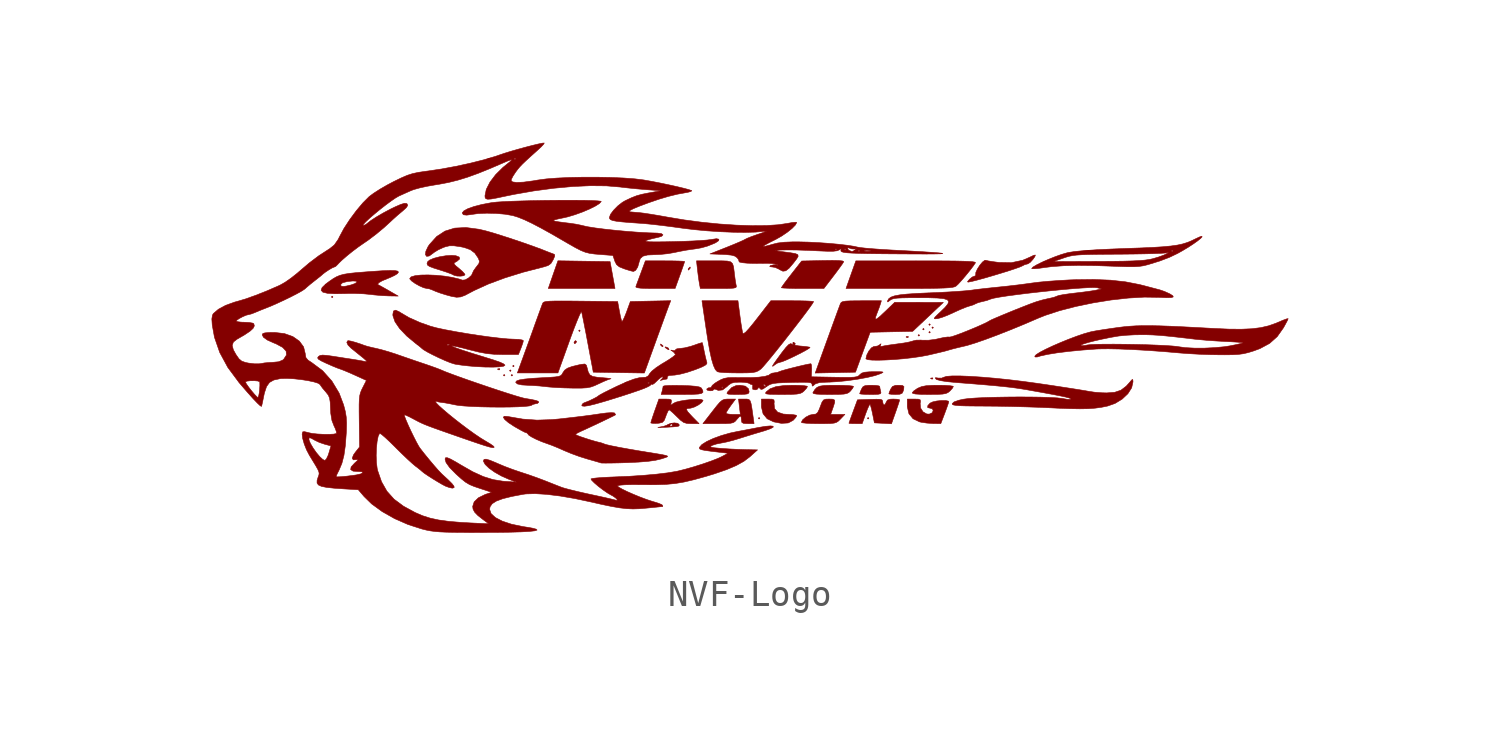
<source format=kicad_sym>
(kicad_symbol_lib
  (version 20231120)
  (generator "kicad_symbol_editor")
  (generator_version "8.0")
  (symbol "NVF-Logo"
    (pin_names
      (offset 1.016))
    (property "Reference" "#G"
      (at 0 28.695 0)
      (effects (font (size 1.27 1.27)) (hide yes)))
    (symbol "NVF-Logo_0_0"
      (polyline (pts (xy -16.014 5.895) (xy -16.044 5.925) (xy -16.073 5.895) (xy -16.044 5.866) (xy -16.014 5.895)) (stroke (width 0.01) (type default)) (fill (type outline)))
      (polyline (pts (xy -9.444 2.904) (xy -9.474 2.933) (xy -9.503 2.904) (xy -9.474 2.874) (xy -9.444 2.904)) (stroke (width 0.01) (type default)) (fill (type outline)))
      (polyline (pts (xy -9.21 3.08) (xy -9.239 3.109) (xy -9.268 3.08) (xy -9.239 3.05) (xy -9.21 3.08)) (stroke (width 0.01) (type default)) (fill (type outline)))
      (polyline (pts (xy -9.151 2.904) (xy -9.18 2.933) (xy -9.21 2.904) (xy -9.18 2.874) (xy -9.151 2.904)) (stroke (width 0.01) (type default)) (fill (type outline)))
      (polyline (pts (xy -9.092 3.256) (xy -9.122 3.285) (xy -9.151 3.256) (xy -9.122 3.226) (xy -9.092 3.256)) (stroke (width 0.01) (type default)) (fill (type outline)))
      (polyline (pts (xy -6.57 4.605) (xy -6.599 4.634) (xy -6.629 4.605) (xy -6.599 4.575) (xy -6.57 4.605)) (stroke (width 0.01) (type default)) (fill (type outline)))
      (polyline (pts (xy 0.293 1.261) (xy 0.264 1.29) (xy 0.235 1.261) (xy 0.264 1.232) (xy 0.293 1.261)) (stroke (width 0.01) (type default)) (fill (type outline)))
      (polyline (pts (xy 4.458 1.261) (xy 4.429 1.29) (xy 4.4 1.261) (xy 4.429 1.232) (xy 4.458 1.261)) (stroke (width 0.01) (type default)) (fill (type outline)))
      (polyline (pts (xy 6.394 4.429) (xy 6.365 4.458) (xy 6.335 4.429) (xy 6.365 4.399) (xy 6.394 4.429)) (stroke (width 0.01) (type default)) (fill (type outline)))
      (polyline (pts (xy 6.57 4.663) (xy 6.541 4.693) (xy 6.511 4.663) (xy 6.541 4.634) (xy 6.57 4.663)) (stroke (width 0.01) (type default)) (fill (type outline)))
      (polyline (pts (xy 6.805 4.546) (xy 6.775 4.575) (xy 6.746 4.546) (xy 6.775 4.517) (xy 6.805 4.546)) (stroke (width 0.01) (type default)) (fill (type outline)))
      (polyline (pts (xy 6.805 4.84) (xy 6.775 4.869) (xy 6.746 4.84) (xy 6.775 4.81) (xy 6.805 4.84)) (stroke (width 0.01) (type default)) (fill (type outline)))
      (polyline (pts (xy 6.922 4.722) (xy 6.893 4.752) (xy 6.863 4.722) (xy 6.893 4.693) (xy 6.922 4.722)) (stroke (width 0.01) (type default)) (fill (type outline)))
      (polyline (pts (xy -9.648 3.113) (xy -9.64 3.148) (xy -9.648 3.155) (xy -9.718 3.148) (xy -9.727 3.131) (xy -9.679 3.109) (xy -9.648 3.113)) (stroke (width 0.01) (type default)) (fill (type outline)))
      (polyline (pts (xy 5.956 4.345) (xy 5.964 4.38) (xy 5.955 4.387) (xy 5.886 4.38) (xy 5.877 4.362) (xy 5.925 4.341) (xy 5.956 4.345)) (stroke (width 0.01) (type default)) (fill (type outline)))
      (polyline (pts (xy 6.894 2.761) (xy 6.902 2.796) (xy 6.894 2.803) (xy 6.824 2.796) (xy 6.815 2.779) (xy 6.863 2.757) (xy 6.894 2.761)) (stroke (width 0.01) (type default)) (fill (type outline)))
      (polyline (pts (xy -3.402 4.015) (xy -3.408 4.028) (xy -3.47 4.082) (xy -3.503 4.097) (xy -3.496 4.057) (xy -3.488 4.045) (xy -3.43 3.991) (xy -3.402 4.015)) (stroke (width 0.01) (type default)) (fill (type outline)))
      (polyline (pts (xy -3.197 3.93) (xy -3.209 3.946) (xy -3.303 3.988) (xy -3.33 3.977) (xy -3.285 3.93) (xy -3.232 3.897) (xy -3.176 3.877) (xy -3.197 3.93)) (stroke (width 0.01) (type default)) (fill (type outline)))
      (polyline (pts (xy -6.769 4.109) (xy -6.717 4.165) (xy -6.707 4.188) (xy -6.742 4.224) (xy -6.76 4.221) (xy -6.805 4.165) (xy -6.804 4.152) (xy -6.779 4.106) (xy -6.769 4.109)) (stroke (width 0.01) (type default)) (fill (type outline)))
      (polyline (pts (xy -5.334 6.731) (xy -5.428 7.245) (xy -6.425 7.26) (xy -7.42 7.276) (xy -7.605 6.747) (xy -7.789 6.218) (xy -6.515 6.218) (xy -5.24 6.218) (xy -5.334 6.731)) (stroke (width 0.01) (type default)) (fill (type outline)))
      (polyline (pts (xy -2.431 6.925) (xy -2.376 6.981) (xy -2.365 7.001) (xy -2.369 7.039) (xy -2.379 7.037) (xy -2.434 6.981) (xy -2.445 6.96) (xy -2.441 6.922) (xy -2.431 6.925)) (stroke (width 0.01) (type default)) (fill (type outline)))
      (polyline (pts (xy 1.623 4.049) (xy 1.643 4.106) (xy 1.64 4.122) (xy 1.58 4.165) (xy 1.559 4.16) (xy 1.554 4.106) (xy 1.567 4.089) (xy 1.617 4.048) (xy 1.623 4.049)) (stroke (width 0.01) (type default)) (fill (type outline)))
      (polyline (pts (xy 5.641 2.179) (xy 5.729 2.218) (xy 5.77 2.302) (xy 5.788 2.372) (xy 5.796 2.475) (xy 5.735 2.515) (xy 5.582 2.522) (xy 5.472 2.517) (xy 5.359 2.475) (xy 5.289 2.373) (xy 5.242 2.264) (xy 5.221 2.197) (xy 5.231 2.189) (xy 5.323 2.176) (xy 5.478 2.17) (xy 5.641 2.179)) (stroke (width 0.01) (type default)) (fill (type outline)))
      (polyline (pts (xy -0.524 2.171) (xy -0.311 2.175) (xy -0.188 2.19) (xy -0.131 2.222) (xy -0.117 2.276) (xy -0.142 2.387) (xy -0.259 2.488) (xy -0.47 2.522) (xy -0.612 2.51) (xy -0.78 2.436) (xy -0.934 2.273) (xy -0.953 2.246) (xy -0.963 2.205) (xy -0.915 2.182) (xy -0.788 2.172) (xy -0.564 2.17) (xy -0.524 2.171)) (stroke (width 0.01) (type default)) (fill (type outline)))
      (polyline (pts (xy 4.64 2.171) (xy 4.808 2.176) (xy 4.893 2.195) (xy 4.918 2.234) (xy 4.906 2.302) (xy 4.884 2.392) (xy 4.87 2.478) (xy 4.844 2.496) (xy 4.73 2.515) (xy 4.556 2.522) (xy 4.453 2.521) (xy 4.309 2.506) (xy 4.228 2.461) (xy 4.174 2.373) (xy 4.128 2.264) (xy 4.106 2.197) (xy 4.107 2.196) (xy 4.171 2.183) (xy 4.319 2.174) (xy 4.524 2.17) (xy 4.64 2.171)) (stroke (width 0.01) (type default)) (fill (type outline)))
      (polyline (pts (xy -2.577 2.171) (xy -2.268 2.174) (xy -2.058 2.186) (xy -1.934 2.211) (xy -1.881 2.252) (xy -1.886 2.316) (xy -1.934 2.405) (xy -1.949 2.423) (xy -2.022 2.458) (xy -2.159 2.483) (xy -2.378 2.501) (xy -2.696 2.513) (xy -2.705 2.513) (xy -2.977 2.516) (xy -3.198 2.512) (xy -3.348 2.501) (xy -3.403 2.483) (xy -3.411 2.426) (xy -3.439 2.302) (xy -3.475 2.17) (xy -2.676 2.17) (xy -2.577 2.171)) (stroke (width 0.01) (type default)) (fill (type outline)))
      (polyline (pts (xy -2.763 6.72) (xy -2.722 6.832) (xy -2.65 7.037) (xy -2.6 7.184) (xy -2.581 7.248) (xy -2.582 7.249) (xy -2.653 7.259) (xy -2.816 7.267) (xy -3.049 7.272) (xy -3.33 7.274) (xy -4.08 7.274) (xy -4.248 6.819) (xy -4.271 6.756) (xy -4.35 6.543) (xy -4.411 6.378) (xy -4.443 6.291) (xy -4.441 6.271) (xy -4.386 6.246) (xy -4.254 6.229) (xy -4.032 6.221) (xy -3.707 6.218) (xy -2.944 6.218) (xy -2.763 6.72)) (stroke (width 0.01) (type default)) (fill (type outline)))
      (polyline (pts (xy 3.105 6.696) (xy 3.213 6.839) (xy 3.352 7.027) (xy 3.452 7.168) (xy 3.496 7.239) (xy 3.497 7.244) (xy 3.45 7.27) (xy 3.307 7.285) (xy 3.061 7.29) (xy 2.706 7.285) (xy 1.89 7.268) (xy 1.502 6.773) (xy 1.375 6.609) (xy 1.24 6.431) (xy 1.149 6.303) (xy 1.115 6.248) (xy 1.121 6.244) (xy 1.209 6.234) (xy 1.387 6.226) (xy 1.633 6.22) (xy 1.927 6.218) (xy 2.739 6.218) (xy 3.105 6.696)) (stroke (width 0.01) (type default)) (fill (type outline)))
      (polyline (pts (xy -1.133 6.218) (xy -0.883 6.221) (xy -0.724 6.23) (xy -0.637 6.248) (xy -0.605 6.277) (xy -0.608 6.321) (xy -0.621 6.383) (xy -0.648 6.546) (xy -0.675 6.746) (xy -0.688 6.863) (xy -0.712 7.048) (xy -0.75 7.167) (xy -0.822 7.235) (xy -0.948 7.266) (xy -1.15 7.274) (xy -1.449 7.274) (xy -2.127 7.274) (xy -2.086 6.907) (xy -2.065 6.735) (xy -2.036 6.525) (xy -2.012 6.379) (xy -1.98 6.218) (xy -1.279 6.218) (xy -1.133 6.218)) (stroke (width 0.01) (type default)) (fill (type outline)))
      (polyline (pts (xy 1.259 2.171) (xy 1.526 2.174) (xy 1.706 2.185) (xy 1.826 2.207) (xy 1.908 2.243) (xy 1.976 2.298) (xy 1.979 2.301) (xy 2.073 2.404) (xy 2.112 2.474) (xy 2.092 2.487) (xy 1.981 2.505) (xy 1.792 2.518) (xy 1.553 2.522) (xy 1.212 2.511) (xy 0.905 2.468) (xy 0.684 2.388) (xy 0.535 2.268) (xy 0.519 2.245) (xy 0.511 2.211) (xy 0.554 2.189) (xy 0.663 2.177) (xy 0.855 2.172) (xy 1.148 2.17) (xy 1.259 2.171)) (stroke (width 0.01) (type default)) (fill (type outline)))
      (polyline (pts (xy 1.378 1.082) (xy 1.565 1.183) (xy 1.569 1.187) (xy 1.662 1.289) (xy 1.701 1.359) (xy 1.672 1.379) (xy 1.555 1.4) (xy 1.379 1.408) (xy 1.186 1.422) (xy 0.971 1.496) (xy 0.853 1.63) (xy 0.835 1.824) (xy 0.843 1.886) (xy 0.832 1.961) (xy 0.763 1.99) (xy 0.606 1.994) (xy 0.352 1.994) (xy 0.352 1.734) (xy 0.353 1.693) (xy 0.416 1.433) (xy 0.573 1.241) (xy 0.821 1.123) (xy 1.117 1.066) (xy 1.378 1.082)) (stroke (width 0.01) (type default)) (fill (type outline)))
      (polyline (pts (xy 3.063 2.171) (xy 3.325 2.174) (xy 3.501 2.184) (xy 3.615 2.206) (xy 3.691 2.243) (xy 3.752 2.299) (xy 3.835 2.402) (xy 3.872 2.475) (xy 3.826 2.492) (xy 3.684 2.508) (xy 3.47 2.518) (xy 3.206 2.522) (xy 2.978 2.521) (xy 2.741 2.512) (xy 2.581 2.487) (xy 2.474 2.439) (xy 2.396 2.361) (xy 2.323 2.244) (xy 2.318 2.229) (xy 2.352 2.201) (xy 2.46 2.183) (xy 2.657 2.173) (xy 2.957 2.17) (xy 3.063 2.171)) (stroke (width 0.01) (type default)) (fill (type outline)))
      (polyline (pts (xy 6.808 2.171) (xy 7.084 2.173) (xy 7.271 2.184) (xy 7.394 2.205) (xy 7.479 2.242) (xy 7.549 2.298) (xy 7.552 2.301) (xy 7.646 2.404) (xy 7.685 2.474) (xy 7.662 2.487) (xy 7.547 2.505) (xy 7.355 2.518) (xy 7.112 2.522) (xy 6.881 2.519) (xy 6.643 2.503) (xy 6.472 2.47) (xy 6.338 2.414) (xy 6.303 2.395) (xy 6.176 2.308) (xy 6.114 2.239) (xy 6.135 2.209) (xy 6.24 2.187) (xy 6.443 2.174) (xy 6.752 2.17) (xy 6.808 2.171)) (stroke (width 0.01) (type default)) (fill (type outline)))
      (polyline (pts (xy 0.86 3.3) (xy 0.958 3.366) (xy 1.071 3.402) (xy 1.139 3.42) (xy 1.283 3.477) (xy 1.472 3.563) (xy 1.682 3.664) (xy 1.885 3.767) (xy 2.058 3.861) (xy 2.175 3.933) (xy 2.21 3.969) (xy 2.18 3.98) (xy 2.058 3.999) (xy 1.882 4.016) (xy 1.773 4.027) (xy 1.604 4.059) (xy 1.504 4.099) (xy 1.469 4.112) (xy 1.397 4.077) (xy 1.289 3.966) (xy 1.133 3.768) (xy 1.091 3.71) (xy 0.953 3.522) (xy 0.846 3.371) (xy 0.79 3.285) (xy 0.781 3.268) (xy 0.784 3.242) (xy 0.86 3.3)) (stroke (width 0.01) (type default)) (fill (type outline)))
      (polyline (pts (xy -3.344 0.915) (xy -3.255 0.919) (xy -3.021 0.932) (xy -2.878 0.945) (xy -2.807 0.962) (xy -2.786 0.989) (xy -2.795 1.029) (xy -2.853 1.07) (xy -2.98 1.084) (xy -3.126 1.062) (xy -3.242 1.009) (xy -3.258 0.998) (xy -3.26 0.997) (xy -3.138 0.997) (xy -3.126 1.015) (xy -3.076 1.056) (xy -3.07 1.054) (xy -3.05 0.997) (xy -3.053 0.981) (xy -3.112 0.939) (xy -3.134 0.943) (xy -3.138 0.997) (xy -3.26 0.997) (xy -3.381 0.953) (xy -3.55 0.921) (xy -3.584 0.917) (xy -3.602 0.909) (xy -3.518 0.909) (xy -3.344 0.915)) (stroke (width 0.01) (type default)) (fill (type outline)))
      (polyline (pts (xy 5.832 6.218) (xy 6.35 6.219) (xy 6.768 6.222) (xy 7.095 6.228) (xy 7.343 6.236) (xy 7.525 6.247) (xy 7.651 6.262) (xy 7.733 6.282) (xy 7.783 6.306) (xy 7.864 6.38) (xy 7.997 6.525) (xy 8.153 6.707) (xy 8.31 6.9) (xy 8.443 7.074) (xy 8.529 7.201) (xy 8.53 7.207) (xy 8.503 7.225) (xy 8.42 7.24) (xy 8.273 7.252) (xy 8.053 7.26) (xy 7.751 7.267) (xy 7.358 7.271) (xy 6.866 7.273) (xy 6.266 7.274) (xy 3.96 7.273) (xy 3.772 6.746) (xy 3.585 6.218) (xy 5.622 6.218) (xy 5.832 6.218)) (stroke (width 0.01) (type default)) (fill (type outline)))
      (polyline (pts (xy -11.019 6.706) (xy -10.97 6.743) (xy -10.985 6.776) (xy -11.07 6.87) (xy -11.204 6.987) (xy -11.32 7.083) (xy -11.387 7.154) (xy -11.38 7.198) (xy -11.311 7.239) (xy -11.275 7.259) (xy -11.176 7.345) (xy -11.191 7.419) (xy -11.319 7.47) (xy -11.48 7.483) (xy -11.704 7.468) (xy -11.941 7.429) (xy -12.158 7.372) (xy -12.323 7.304) (xy -12.403 7.233) (xy -12.42 7.169) (xy -12.402 7.112) (xy -12.326 7.06) (xy -12.173 7.001) (xy -11.926 6.923) (xy -11.865 6.904) (xy -11.653 6.834) (xy -11.492 6.774) (xy -11.412 6.735) (xy -11.388 6.721) (xy -11.276 6.694) (xy -11.137 6.689) (xy -11.019 6.706)) (stroke (width 0.01) (type default)) (fill (type outline)))
      (polyline (pts (xy 2.778 1.056) (xy 2.99 1.061) (xy 3.131 1.076) (xy 3.224 1.106) (xy 3.297 1.156) (xy 3.373 1.232) (xy 3.542 1.408) (xy 3.269 1.408) (xy 2.997 1.408) (xy 3.082 1.65) (xy 3.1 1.7) (xy 3.151 1.867) (xy 3.148 1.955) (xy 3.08 1.989) (xy 2.936 1.994) (xy 2.813 1.99) (xy 2.725 1.959) (xy 2.665 1.872) (xy 2.599 1.701) (xy 2.562 1.602) (xy 2.499 1.476) (xy 2.428 1.42) (xy 2.322 1.408) (xy 2.197 1.381) (xy 2.047 1.303) (xy 1.927 1.201) (xy 1.877 1.104) (xy 1.923 1.087) (xy 2.064 1.071) (xy 2.277 1.06) (xy 2.541 1.056) (xy 2.778 1.056)) (stroke (width 0.01) (type default)) (fill (type outline)))
      (polyline (pts (xy 3.176 3.005) (xy 3.946 3.021) (xy 4.226 3.784) (xy 4.506 4.546) (xy 5.318 4.564) (xy 6.13 4.581) (xy 6.717 5.133) (xy 7.303 5.685) (xy 6.374 5.688) (xy 5.445 5.69) (xy 5.069 5.329) (xy 5.053 5.314) (xy 4.867 5.141) (xy 4.754 5.054) (xy 4.706 5.049) (xy 4.715 5.128) (xy 4.774 5.287) (xy 4.777 5.295) (xy 4.845 5.47) (xy 4.895 5.617) (xy 4.935 5.749) (xy 4.175 5.749) (xy 4.031 5.748) (xy 3.759 5.745) (xy 3.576 5.736) (xy 3.464 5.718) (xy 3.403 5.689) (xy 3.374 5.646) (xy 3.366 5.626) (xy 3.315 5.49) (xy 3.23 5.26) (xy 3.116 4.947) (xy 2.977 4.564) (xy 2.817 4.122) (xy 2.641 3.635) (xy 2.407 2.988) (xy 3.176 3.005)) (stroke (width 0.01) (type default)) (fill (type outline)))
      (polyline (pts (xy 7.357 1.453) (xy 7.364 1.473) (xy 7.437 1.671) (xy 7.489 1.821) (xy 7.509 1.893) (xy 7.487 1.918) (xy 7.383 1.939) (xy 7.224 1.938) (xy 7.048 1.92) (xy 6.893 1.885) (xy 6.795 1.839) (xy 6.707 1.74) (xy 6.705 1.667) (xy 6.809 1.643) (xy 6.888 1.618) (xy 6.914 1.547) (xy 6.87 1.467) (xy 6.764 1.419) (xy 6.667 1.425) (xy 6.524 1.508) (xy 6.431 1.653) (xy 6.416 1.825) (xy 6.428 1.896) (xy 6.419 1.964) (xy 6.348 1.99) (xy 6.187 1.994) (xy 5.925 1.994) (xy 5.925 1.734) (xy 5.926 1.693) (xy 5.988 1.433) (xy 6.146 1.241) (xy 6.394 1.123) (xy 6.464 1.107) (xy 6.678 1.076) (xy 6.902 1.061) (xy 7.205 1.056) (xy 7.357 1.453)) (stroke (width 0.01) (type default)) (fill (type outline)))
      (polyline (pts (xy 8.361 6.482) (xy 8.4 6.49) (xy 8.613 6.544) (xy 8.882 6.618) (xy 9.182 6.705) (xy 9.489 6.797) (xy 9.779 6.887) (xy 10.028 6.969) (xy 10.212 7.034) (xy 10.307 7.075) (xy 10.409 7.127) (xy 10.517 7.157) (xy 10.529 7.158) (xy 10.621 7.217) (xy 10.726 7.333) (xy 10.797 7.435) (xy 10.818 7.496) (xy 10.755 7.486) (xy 10.6 7.411) (xy 10.333 7.296) (xy 9.899 7.204) (xy 9.423 7.213) (xy 9.414 7.214) (xy 9.195 7.243) (xy 9.016 7.272) (xy 8.916 7.296) (xy 8.886 7.294) (xy 8.797 7.228) (xy 8.695 7.105) (xy 8.602 6.96) (xy 8.542 6.828) (xy 8.538 6.741) (xy 8.544 6.716) (xy 8.489 6.687) (xy 8.405 6.656) (xy 8.296 6.566) (xy 8.296 6.564) (xy 8.226 6.481) (xy 8.243 6.46) (xy 8.361 6.482)) (stroke (width 0.01) (type default)) (fill (type outline)))
      (polyline (pts (xy 5.476 1.488) (xy 5.495 1.541) (xy 5.564 1.742) (xy 5.613 1.892) (xy 5.631 1.96) (xy 5.625 1.968) (xy 5.54 1.987) (xy 5.391 1.994) (xy 5.274 1.989) (xy 5.167 1.956) (xy 5.12 1.877) (xy 5.12 1.873) (xy 5.067 1.775) (xy 5.012 1.777) (xy 4.986 1.879) (xy 4.983 1.92) (xy 4.957 1.963) (xy 4.885 1.984) (xy 4.741 1.988) (xy 4.504 1.982) (xy 4.022 1.965) (xy 3.859 1.525) (xy 3.837 1.465) (xy 3.765 1.269) (xy 3.715 1.128) (xy 3.696 1.071) (xy 3.706 1.067) (xy 3.795 1.059) (xy 3.949 1.056) (xy 4.202 1.056) (xy 4.337 1.44) (xy 4.343 1.455) (xy 4.413 1.637) (xy 4.47 1.758) (xy 4.503 1.794) (xy 4.522 1.747) (xy 4.559 1.611) (xy 4.6 1.425) (xy 4.668 1.085) (xy 4.994 1.068) (xy 5.321 1.05) (xy 5.476 1.488)) (stroke (width 0.01) (type default)) (fill (type outline)))
      (polyline (pts (xy -0.998 1.058) (xy -0.832 1.069) (xy -0.726 1.093) (xy -0.657 1.135) (xy -0.597 1.202) (xy -0.593 1.208) (xy -0.503 1.308) (xy -0.446 1.349) (xy -0.423 1.313) (xy -0.411 1.202) (xy -0.41 1.183) (xy -0.393 1.099) (xy -0.323 1.063) (xy -0.169 1.056) (xy 0.072 1.056) (xy 0.033 1.335) (xy 0.029 1.363) (xy -0.01 1.638) (xy -0.042 1.819) (xy -0.077 1.926) (xy -0.124 1.977) (xy -0.194 1.993) (xy -0.297 1.994) (xy -0.522 1.994) (xy -0.488 1.701) (xy -0.453 1.408) (xy -0.725 1.408) (xy -0.811 1.41) (xy -0.945 1.427) (xy -0.997 1.455) (xy -0.985 1.49) (xy -0.919 1.6) (xy -0.816 1.748) (xy -0.635 1.994) (xy -0.895 1.994) (xy -0.948 1.994) (xy -1.054 1.985) (xy -1.142 1.95) (xy -1.234 1.874) (xy -1.351 1.738) (xy -1.518 1.525) (xy -1.882 1.056) (xy -1.297 1.056) (xy -1.253 1.056) (xy -0.998 1.058)) (stroke (width 0.01) (type default)) (fill (type outline)))
      (polyline (pts (xy -6.501 2.413) (xy -6.313 2.425) (xy -6.165 2.454) (xy -6.024 2.504) (xy -5.857 2.581) (xy -5.664 2.67) (xy -5.498 2.738) (xy -5.401 2.768) (xy -5.393 2.769) (xy -5.426 2.78) (xy -5.549 2.795) (xy -5.743 2.812) (xy -5.91 2.826) (xy -6.091 2.858) (xy -6.199 2.918) (xy -6.261 3.022) (xy -6.305 3.189) (xy -6.334 3.288) (xy -6.395 3.334) (xy -6.526 3.32) (xy -6.619 3.301) (xy -6.88 3.238) (xy -7.053 3.175) (xy -7.162 3.1) (xy -7.228 3.005) (xy -7.23 3.001) (xy -7.266 2.936) (xy -7.312 2.89) (xy -7.392 2.86) (xy -7.525 2.84) (xy -7.733 2.824) (xy -8.037 2.808) (xy -8.387 2.787) (xy -8.685 2.759) (xy -8.886 2.727) (xy -8.998 2.687) (xy -9.034 2.639) (xy -9.034 2.635) (xy -8.973 2.573) (xy -8.801 2.534) (xy -8.516 2.517) (xy -8.405 2.513) (xy -8.121 2.494) (xy -7.861 2.466) (xy -7.738 2.453) (xy -7.486 2.435) (xy -7.185 2.421) (xy -6.879 2.413) (xy -6.761 2.412) (xy -6.501 2.413)) (stroke (width 0.01) (type default)) (fill (type outline)))
      (polyline (pts (xy -0.384 2.993) (xy -0.138 2.997) (xy 0.031 3.009) (xy 0.148 3.034) (xy 0.239 3.076) (xy 0.329 3.139) (xy 0.341 3.15) (xy 0.429 3.244) (xy 0.57 3.409) (xy 0.752 3.629) (xy 0.964 3.892) (xy 1.194 4.181) (xy 1.43 4.482) (xy 1.662 4.781) (xy 1.878 5.062) (xy 2.066 5.311) (xy 2.214 5.513) (xy 2.311 5.654) (xy 2.346 5.718) (xy 2.34 5.721) (xy 2.25 5.732) (xy 2.071 5.741) (xy 1.824 5.747) (xy 1.529 5.749) (xy 0.712 5.749) (xy 0.195 5.081) (xy 0.06 4.909) (xy -0.12 4.689) (xy -0.246 4.553) (xy -0.323 4.496) (xy -0.358 4.509) (xy -0.37 4.552) (xy -0.398 4.703) (xy -0.433 4.921) (xy -0.468 5.177) (xy -0.543 5.749) (xy -1.23 5.749) (xy -1.918 5.749) (xy -1.755 4.643) (xy -1.701 4.29) (xy -1.625 3.855) (xy -1.553 3.522) (xy -1.481 3.281) (xy -1.409 3.123) (xy -1.332 3.039) (xy -1.253 3.022) (xy -1.081 3.007) (xy -0.842 2.997) (xy -0.563 2.993) (xy -0.384 2.993)) (stroke (width 0.01) (type default)) (fill (type outline)))
      (polyline (pts (xy -2.276 1.307) (xy -2.328 1.362) (xy -2.46 1.507) (xy -2.51 1.592) (xy -2.486 1.632) (xy -2.39 1.643) (xy -2.347 1.647) (xy -2.201 1.693) (xy -2.048 1.773) (xy -1.926 1.864) (xy -1.877 1.942) (xy -1.88 1.951) (xy -1.954 1.979) (xy -2.107 1.987) (xy -2.309 1.977) (xy -2.531 1.954) (xy -2.742 1.919) (xy -2.913 1.876) (xy -3.015 1.827) (xy -3.077 1.777) (xy -3.111 1.772) (xy -3.094 1.863) (xy -3.087 1.893) (xy -3.091 1.961) (xy -3.157 1.989) (xy -3.312 1.994) (xy -3.563 1.994) (xy -3.717 1.56) (xy -3.735 1.51) (xy -3.804 1.308) (xy -3.853 1.157) (xy -3.872 1.087) (xy -3.864 1.078) (xy -3.777 1.064) (xy -3.627 1.067) (xy -3.552 1.074) (xy -3.43 1.103) (xy -3.36 1.179) (xy -3.299 1.335) (xy -3.274 1.407) (xy -3.217 1.534) (xy -3.175 1.584) (xy -3.125 1.553) (xy -3.015 1.457) (xy -2.874 1.32) (xy -2.736 1.186) (xy -2.616 1.1) (xy -2.493 1.063) (xy -2.322 1.056) (xy -2.029 1.056) (xy -2.276 1.307)) (stroke (width 0.01) (type default)) (fill (type outline)))
      (polyline (pts (xy -13.873 6.131) (xy -13.874 6.131) (xy -14.059 6.237) (xy -14.206 6.319) (xy -14.284 6.359) (xy -14.305 6.378) (xy -14.268 6.435) (xy -14.13 6.514) (xy -13.902 6.608) (xy -13.824 6.639) (xy -13.659 6.717) (xy -13.555 6.782) (xy -13.551 6.786) (xy -13.511 6.843) (xy -13.54 6.881) (xy -13.647 6.902) (xy -13.841 6.906) (xy -14.132 6.895) (xy -14.53 6.869) (xy -14.766 6.851) (xy -15.12 6.823) (xy -15.388 6.795) (xy -15.591 6.762) (xy -15.748 6.72) (xy -15.879 6.665) (xy -16.006 6.592) (xy -16.147 6.495) (xy -16.292 6.387) (xy -16.321 6.358) (xy -15.721 6.358) (xy -15.72 6.369) (xy -15.648 6.437) (xy -15.461 6.484) (xy -15.256 6.505) (xy -15.13 6.498) (xy -15.095 6.466) (xy -15.164 6.412) (xy -15.176 6.406) (xy -15.322 6.354) (xy -15.501 6.311) (xy -15.603 6.296) (xy -15.696 6.304) (xy -15.721 6.358) (xy -16.321 6.358) (xy -16.43 6.252) (xy -16.466 6.149) (xy -16.399 6.077) (xy -16.225 6.034) (xy -15.941 6.017) (xy -15.545 6.024) (xy -15.458 6.027) (xy -15.149 6.027) (xy -14.846 6.015) (xy -14.606 5.993) (xy -14.432 5.972) (xy -14.136 5.946) (xy -13.873 5.934) (xy -13.521 5.928) (xy -13.873 6.131)) (stroke (width 0.01) (type default)) (fill (type outline)))
      (polyline (pts (xy -4.06 3.152) (xy -4.055 3.166) (xy -3.963 3.421) (xy -3.853 3.727) (xy -3.731 4.063) (xy -3.606 4.409) (xy -3.483 4.745) (xy -3.372 5.051) (xy -3.278 5.308) (xy -3.21 5.493) (xy -3.174 5.589) (xy -3.111 5.752) (xy -3.882 5.736) (xy -4.654 5.719) (xy -4.799 5.322) (xy -4.809 5.294) (xy -4.883 5.112) (xy -4.942 4.991) (xy -4.975 4.956) (xy -4.998 5.014) (xy -5.034 5.158) (xy -5.072 5.353) (xy -5.139 5.719) (xy -6.552 5.735) (xy -6.921 5.739) (xy -7.281 5.741) (xy -7.549 5.739) (xy -7.739 5.733) (xy -7.866 5.722) (xy -7.943 5.704) (xy -7.985 5.68) (xy -8.006 5.647) (xy -8.007 5.643) (xy -8.045 5.543) (xy -8.112 5.359) (xy -8.2 5.116) (xy -8.3 4.84) (xy -8.39 4.587) (xy -8.523 4.22) (xy -8.653 3.862) (xy -8.761 3.564) (xy -8.97 2.992) (xy -8.195 2.992) (xy -7.42 2.993) (xy -6.984 4.206) (xy -6.922 4.377) (xy -6.8 4.703) (xy -6.692 4.977) (xy -6.606 5.183) (xy -6.546 5.307) (xy -6.519 5.334) (xy -6.518 5.332) (xy -6.497 5.244) (xy -6.459 5.06) (xy -6.408 4.801) (xy -6.346 4.487) (xy -6.28 4.136) (xy -6.07 3.021) (xy -5.094 3.005) (xy -4.119 2.989) (xy -4.06 3.152)) (stroke (width 0.01) (type default)) (fill (type outline)))
      (polyline (pts (xy -9.655 3.224) (xy -9.5 3.248) (xy -9.444 3.284) (xy -9.447 3.296) (xy -9.502 3.342) (xy -9.634 3.402) (xy -9.855 3.48) (xy -10.178 3.581) (xy -10.236 3.599) (xy -10.683 3.737) (xy -11.035 3.85) (xy -11.288 3.938) (xy -11.438 3.997) (xy -11.479 4.027) (xy -11.418 4.024) (xy -11.267 3.994) (xy -11.048 3.942) (xy -10.786 3.874) (xy -10.439 3.788) (xy -10.138 3.732) (xy -9.85 3.704) (xy -9.524 3.696) (xy -8.929 3.696) (xy -8.835 3.931) (xy -8.812 3.991) (xy -8.761 4.138) (xy -8.74 4.225) (xy -8.787 4.252) (xy -8.921 4.274) (xy -9.112 4.282) (xy -9.334 4.292) (xy -9.658 4.323) (xy -10.048 4.37) (xy -10.476 4.43) (xy -10.916 4.498) (xy -11.344 4.571) (xy -11.733 4.644) (xy -12.057 4.714) (xy -12.29 4.777) (xy -12.681 4.915) (xy -13.104 5.103) (xy -13.438 5.299) (xy -13.476 5.325) (xy -13.619 5.39) (xy -13.701 5.359) (xy -13.726 5.229) (xy -13.723 5.175) (xy -13.643 4.944) (xy -13.464 4.684) (xy -13.196 4.403) (xy -12.847 4.114) (xy -12.81 4.087) (xy -11.654 4.087) (xy -11.645 4.094) (xy -11.576 4.087) (xy -11.566 4.069) (xy -11.615 4.048) (xy -11.646 4.052) (xy -11.654 4.087) (xy -12.81 4.087) (xy -12.793 4.074) (xy -12.674 3.979) (xy -12.612 3.924) (xy -12.555 3.879) (xy -12.407 3.791) (xy -12.202 3.684) (xy -11.968 3.571) (xy -11.735 3.466) (xy -11.532 3.384) (xy -11.387 3.337) (xy -11.328 3.324) (xy -11.112 3.291) (xy -10.84 3.26) (xy -10.559 3.235) (xy -10.547 3.235) (xy -10.195 3.217) (xy -9.893 3.214) (xy -9.655 3.224)) (stroke (width 0.01) (type default)) (fill (type outline)))
      (polyline (pts (xy -11.135 5.896) (xy -10.97 5.957) (xy -10.752 6.072) (xy -10.61 6.146) (xy -10.076 6.389) (xy -9.449 6.622) (xy -8.747 6.84) (xy -7.991 7.035) (xy -7.977 7.038) (xy -7.797 7.094) (xy -7.687 7.174) (xy -7.606 7.309) (xy -7.59 7.341) (xy -7.542 7.459) (xy -7.549 7.515) (xy -7.611 7.545) (xy -7.683 7.57) (xy -7.831 7.627) (xy -8.045 7.712) (xy -8.374 7.834) (xy -8.757 7.968) (xy -9.162 8.105) (xy -9.556 8.233) (xy -9.908 8.343) (xy -10.187 8.422) (xy -10.437 8.481) (xy -10.935 8.547) (xy -11.365 8.524) (xy -11.734 8.41) (xy -12.052 8.203) (xy -12.325 7.901) (xy -12.381 7.818) (xy -12.465 7.641) (xy -12.482 7.512) (xy -12.437 7.446) (xy -12.337 7.459) (xy -12.189 7.566) (xy -12.149 7.598) (xy -11.99 7.696) (xy -11.803 7.782) (xy -11.718 7.812) (xy -11.562 7.849) (xy -11.393 7.849) (xy -11.162 7.817) (xy -11.018 7.788) (xy -10.771 7.703) (xy -10.596 7.573) (xy -10.465 7.381) (xy -10.46 7.371) (xy -10.418 7.262) (xy -10.438 7.172) (xy -10.53 7.049) (xy -10.555 7.019) (xy -10.641 6.898) (xy -10.676 6.821) (xy -10.72 6.724) (xy -10.831 6.622) (xy -10.962 6.548) (xy -11.069 6.537) (xy -11.196 6.58) (xy -11.465 6.644) (xy -11.766 6.692) (xy -12.08 6.723) (xy -12.384 6.736) (xy -12.657 6.731) (xy -12.879 6.706) (xy -13.027 6.662) (xy -13.081 6.597) (xy -13.079 6.584) (xy -13.01 6.506) (xy -12.875 6.41) (xy -12.709 6.317) (xy -12.547 6.246) (xy -12.425 6.218) (xy -12.331 6.204) (xy -12.183 6.148) (xy -12.093 6.108) (xy -11.913 6.042) (xy -11.703 5.976) (xy -11.475 5.914) (xy -11.289 5.883) (xy -11.135 5.896)) (stroke (width 0.01) (type default)) (fill (type outline)))
      (polyline (pts (xy -5.379 -0.45) (xy -5.095 -0.444) (xy -4.77 -0.434) (xy -4.346 -0.414) (xy -3.978 -0.385) (xy -3.694 -0.345) (xy -3.48 -0.294) (xy -3.439 -0.281) (xy -3.313 -0.241) (xy -3.241 -0.211) (xy -3.233 -0.185) (xy -3.299 -0.158) (xy -3.45 -0.127) (xy -3.696 -0.085) (xy -4.048 -0.029) (xy -4.309 0.014) (xy -4.73 0.086) (xy -5.089 0.151) (xy -5.373 0.208) (xy -5.568 0.253) (xy -5.661 0.283) (xy -5.675 0.291) (xy -5.79 0.33) (xy -5.832 0.338) (xy -5.982 0.376) (xy -6.174 0.432) (xy -6.378 0.497) (xy -6.561 0.559) (xy -6.695 0.61) (xy -6.746 0.639) (xy -6.744 0.645) (xy -6.682 0.694) (xy -6.555 0.757) (xy -6.485 0.788) (xy -6.314 0.866) (xy -6.097 0.967) (xy -5.861 1.078) (xy -5.631 1.188) (xy -5.431 1.285) (xy -5.287 1.356) (xy -5.225 1.389) (xy -5.219 1.401) (xy -5.254 1.46) (xy -5.27 1.467) (xy -5.383 1.475) (xy -5.571 1.463) (xy -5.807 1.432) (xy -5.846 1.426) (xy -6.154 1.381) (xy -6.496 1.336) (xy -6.899 1.288) (xy -7.391 1.233) (xy -7.652 1.209) (xy -8.22 1.19) (xy -8.764 1.229) (xy -9.342 1.329) (xy -9.344 1.329) (xy -9.473 1.338) (xy -9.506 1.296) (xy -9.45 1.212) (xy -9.31 1.093) (xy -9.092 0.95) (xy -9.033 0.916) (xy -8.843 0.808) (xy -8.697 0.732) (xy -8.622 0.704) (xy -8.609 0.703) (xy -8.564 0.656) (xy -8.537 0.619) (xy -8.424 0.545) (xy -8.249 0.456) (xy -8.042 0.367) (xy -7.831 0.291) (xy -7.828 0.29) (xy -7.653 0.227) (xy -7.423 0.133) (xy -7.186 0.028) (xy -6.917 -0.084) (xy -6.6 -0.2) (xy -6.306 -0.292) (xy -6.236 -0.312) (xy -6.022 -0.373) (xy -5.859 -0.42) (xy -5.778 -0.446) (xy -5.741 -0.45) (xy -5.601 -0.452) (xy -5.379 -0.45)) (stroke (width 0.01) (type default)) (fill (type outline)))
      (polyline (pts (xy 10.94 6.986) (xy 11.16 7.017) (xy 11.447 7.054) (xy 11.903 7.087) (xy 12.449 7.1) (xy 13.093 7.093) (xy 13.844 7.066) (xy 13.998 7.06) (xy 14.332 7.049) (xy 14.585 7.049) (xy 14.781 7.061) (xy 14.946 7.086) (xy 15.105 7.125) (xy 15.119 7.129) (xy 15.57 7.268) (xy 15.936 7.407) (xy 16.249 7.557) (xy 16.432 7.659) (xy 16.659 7.795) (xy 16.857 7.925) (xy 17.018 8.04) (xy 17.131 8.132) (xy 17.187 8.192) (xy 17.174 8.213) (xy 17.083 8.185) (xy 16.905 8.101) (xy 16.784 8.042) (xy 16.621 7.975) (xy 16.444 7.92) (xy 16.241 7.876) (xy 15.994 7.841) (xy 15.69 7.812) (xy 15.314 7.788) (xy 14.85 7.767) (xy 14.284 7.747) (xy 13.726 7.725) (xy 13.146 7.697) (xy 12.678 7.665) (xy 12.573 7.655) (xy 16.014 7.655) (xy 16.044 7.684) (xy 16.073 7.655) (xy 16.044 7.626) (xy 16.014 7.655) (xy 12.573 7.655) (xy 12.323 7.631) (xy 12.084 7.594) (xy 12.028 7.581) (xy 11.813 7.518) (xy 11.566 7.43) (xy 11.309 7.327) (xy 11.122 7.245) (xy 11.5 7.245) (xy 11.895 7.382) (xy 12.003 7.418) (xy 12.116 7.45) (xy 12.238 7.475) (xy 12.384 7.493) (xy 12.57 7.506) (xy 12.811 7.515) (xy 13.122 7.521) (xy 13.52 7.525) (xy 14.02 7.528) (xy 14.139 7.529) (xy 14.576 7.534) (xy 14.974 7.541) (xy 15.318 7.55) (xy 15.592 7.561) (xy 15.781 7.573) (xy 15.868 7.586) (xy 15.884 7.592) (xy 15.901 7.59) (xy 15.826 7.541) (xy 15.718 7.491) (xy 15.52 7.419) (xy 15.298 7.354) (xy 15.165 7.325) (xy 15 7.302) (xy 14.79 7.284) (xy 14.521 7.271) (xy 14.178 7.261) (xy 13.748 7.255) (xy 13.215 7.252) (xy 11.5 7.245) (xy 11.122 7.245) (xy 11.068 7.221) (xy 10.867 7.121) (xy 10.728 7.038) (xy 10.676 6.982) (xy 10.684 6.976) (xy 10.772 6.972) (xy 10.94 6.986)) (stroke (width 0.01) (type default)) (fill (type outline)))
      (polyline (pts (xy 12.835 1.627) (xy 13.103 1.647) (xy 13.344 1.68) (xy 13.579 1.728) (xy 13.86 1.827) (xy 14.131 1.992) (xy 14.35 2.198) (xy 14.495 2.424) (xy 14.546 2.651) (xy 14.545 2.681) (xy 14.536 2.743) (xy 14.497 2.725) (xy 14.408 2.62) (xy 14.289 2.488) (xy 14.086 2.333) (xy 13.848 2.253) (xy 13.539 2.229) (xy 13.345 2.235) (xy 13.08 2.256) (xy 12.864 2.288) (xy 12.864 2.288) (xy 12.731 2.312) (xy 12.501 2.35) (xy 12.191 2.399) (xy 11.82 2.456) (xy 11.407 2.519) (xy 10.97 2.583) (xy 10.896 2.594) (xy 10.328 2.671) (xy 9.773 2.738) (xy 9.242 2.792) (xy 8.75 2.834) (xy 8.309 2.863) (xy 7.933 2.878) (xy 7.633 2.877) (xy 7.423 2.861) (xy 7.317 2.827) (xy 7.235 2.794) (xy 7.095 2.797) (xy 7.051 2.807) (xy 6.99 2.806) (xy 7.022 2.756) (xy 7.053 2.737) (xy 7.196 2.698) (xy 7.426 2.661) (xy 7.726 2.632) (xy 7.867 2.62) (xy 8.428 2.576) (xy 8.891 2.538) (xy 9.273 2.504) (xy 9.587 2.473) (xy 9.851 2.444) (xy 10.08 2.414) (xy 10.289 2.383) (xy 10.495 2.349) (xy 10.638 2.323) (xy 11.115 2.238) (xy 11.49 2.169) (xy 11.771 2.115) (xy 11.97 2.072) (xy 12.096 2.039) (xy 12.16 2.014) (xy 12.172 1.995) (xy 12.146 1.983) (xy 12.032 1.985) (xy 11.865 2.013) (xy 11.842 2.017) (xy 11.653 2.039) (xy 11.372 2.055) (xy 11.018 2.067) (xy 10.613 2.073) (xy 10.177 2.075) (xy 9.731 2.071) (xy 9.295 2.063) (xy 8.89 2.051) (xy 8.536 2.034) (xy 8.255 2.013) (xy 8.066 1.988) (xy 7.896 1.95) (xy 7.711 1.885) (xy 7.64 1.819) (xy 7.647 1.79) (xy 7.691 1.768) (xy 7.784 1.752) (xy 7.942 1.74) (xy 8.176 1.732) (xy 8.501 1.728) (xy 8.93 1.725) (xy 9.363 1.721) (xy 9.896 1.711) (xy 10.445 1.696) (xy 10.964 1.679) (xy 11.409 1.659) (xy 11.667 1.646) (xy 12.137 1.628) (xy 12.519 1.621) (xy 12.835 1.627)) (stroke (width 0.01) (type default)) (fill (type outline)))
      (polyline (pts (xy -6.246 1.743) (xy -6 1.803) (xy -5.661 1.899) (xy -5.221 2.034) (xy -4.831 2.158) (xy -4.476 2.276) (xy -4.212 2.369) (xy -4.028 2.443) (xy -3.914 2.502) (xy -3.858 2.55) (xy -3.839 2.571) (xy -3.814 2.558) (xy -3.804 2.551) (xy -3.739 2.593) (xy -3.632 2.694) (xy -3.577 2.749) (xy -3.472 2.831) (xy -3.414 2.847) (xy -3.407 2.816) (xy -3.463 2.748) (xy -3.475 2.739) (xy -3.51 2.705) (xy -3.442 2.722) (xy -3.377 2.74) (xy -3.274 2.757) (xy -3.251 2.764) (xy -3.242 2.83) (xy -3.243 2.858) (xy -3.173 2.894) (xy -2.999 2.908) (xy -2.959 2.91) (xy -2.751 2.945) (xy -2.487 3.013) (xy -2.211 3.106) (xy -2.168 3.121) (xy -1.936 3.214) (xy -1.797 3.284) (xy -1.734 3.341) (xy -1.731 3.394) (xy -1.75 3.456) (xy -1.79 3.616) (xy -1.832 3.813) (xy -1.859 3.948) (xy -1.889 4.089) (xy -1.905 4.149) (xy -1.94 4.143) (xy -2.06 4.107) (xy -2.232 4.046) (xy -2.364 4.003) (xy -2.577 3.951) (xy -2.741 3.93) (xy -2.757 3.93) (xy -2.882 3.912) (xy -2.933 3.873) (xy -2.951 3.847) (xy -3.036 3.849) (xy -3.078 3.861) (xy -3.107 3.863) (xy -3.036 3.814) (xy -2.977 3.767) (xy -2.933 3.693) (xy -2.945 3.675) (xy -3.034 3.601) (xy -3.191 3.494) (xy -3.394 3.37) (xy -3.453 3.336) (xy -3.673 3.191) (xy -3.837 3.058) (xy -3.921 2.959) (xy -3.967 2.883) (xy -4.06 2.829) (xy -4.227 2.816) (xy -4.319 2.808) (xy -4.521 2.756) (xy -4.793 2.653) (xy -4.886 2.61) (xy -3.989 2.61) (xy -3.96 2.64) (xy -3.93 2.61) (xy -3.96 2.581) (xy -3.989 2.61) (xy -4.886 2.61) (xy -5.149 2.491) (xy -5.188 2.473) (xy -5.442 2.349) (xy -5.654 2.243) (xy -5.801 2.164) (xy -5.864 2.125) (xy -5.868 2.12) (xy -5.951 2.064) (xy -6.097 1.988) (xy -6.263 1.911) (xy -6.409 1.855) (xy -6.463 1.828) (xy -6.511 1.759) (xy -6.492 1.73) (xy -6.407 1.72) (xy -6.246 1.743)) (stroke (width 0.01) (type default)) (fill (type outline)))
      (polyline (pts (xy -4.451 6.912) (xy -4.373 7.037) (xy -4.324 7.205) (xy -4.321 7.223) (xy -4.272 7.365) (xy -4.172 7.452) (xy -3.999 7.497) (xy -3.732 7.509) (xy -3.513 7.518) (xy -3.216 7.549) (xy -2.961 7.594) (xy -2.809 7.627) (xy -2.545 7.677) (xy -2.32 7.712) (xy -2.211 7.725) (xy -1.947 7.77) (xy -1.72 7.833) (xy -1.472 7.931) (xy -1.399 7.964) (xy -1.281 8.044) (xy -1.272 8.1) (xy -1.365 8.12) (xy -1.554 8.091) (xy -1.573 8.088) (xy -1.724 8.069) (xy -1.966 8.05) (xy -2.278 8.033) (xy -2.636 8.019) (xy -3.021 8.008) (xy -3.361 8.001) (xy -3.699 7.998) (xy -3.928 8.002) (xy -4.05 8.015) (xy -4.071 8.038) (xy -3.994 8.072) (xy -3.824 8.119) (xy -3.564 8.179) (xy -3.454 8.215) (xy -3.407 8.268) (xy -3.465 8.313) (xy -3.622 8.334) (xy -3.968 8.345) (xy -4.372 8.368) (xy -4.801 8.401) (xy -5.23 8.441) (xy -5.636 8.485) (xy -5.996 8.531) (xy -6.286 8.577) (xy -6.482 8.621) (xy -6.542 8.636) (xy -6.738 8.676) (xy -6.951 8.708) (xy -7.12 8.728) (xy -7.385 8.763) (xy -7.541 8.79) (xy -7.594 8.814) (xy -7.549 8.841) (xy -7.411 8.875) (xy -7.186 8.922) (xy -7.045 8.954) (xy -6.772 9.036) (xy -6.491 9.137) (xy -6.225 9.249) (xy -5.999 9.361) (xy -5.838 9.461) (xy -5.765 9.54) (xy -5.784 9.551) (xy -5.9 9.565) (xy -6.108 9.576) (xy -6.392 9.584) (xy -6.736 9.587) (xy -7.124 9.588) (xy -7.541 9.586) (xy -7.971 9.581) (xy -8.398 9.573) (xy -8.807 9.562) (xy -9.181 9.55) (xy -9.506 9.535) (xy -9.765 9.518) (xy -9.943 9.498) (xy -9.988 9.491) (xy -10.335 9.425) (xy -10.63 9.348) (xy -10.861 9.266) (xy -11.014 9.183) (xy -11.077 9.106) (xy -11.037 9.039) (xy -11.024 9.033) (xy -10.905 9.02) (xy -10.744 9.041) (xy -10.735 9.043) (xy -10.471 9.08) (xy -10.136 9.094) (xy -9.775 9.085) (xy -9.431 9.054) (xy -9.146 9.003) (xy -9.143 9.003) (xy -8.94 8.94) (xy -8.701 8.844) (xy -8.414 8.708) (xy -8.068 8.527) (xy -7.648 8.294) (xy -7.144 8.002) (xy -7.005 7.921) (xy -6.744 7.773) (xy -6.543 7.67) (xy -6.375 7.603) (xy -6.211 7.561) (xy -6.023 7.535) (xy -5.783 7.515) (xy -5.319 7.479) (xy -5.25 7.274) (xy -5.244 7.255) (xy -5.18 7.129) (xy -5.076 7.045) (xy -4.894 6.971) (xy -4.787 6.936) (xy -4.627 6.888) (xy -4.534 6.868) (xy -4.451 6.912)) (stroke (width 0.01) (type default)) (fill (type outline)))
      (polyline (pts (xy 10.889 3.602) (xy 11.006 3.639) (xy 11.283 3.7) (xy 11.651 3.76) (xy 12.094 3.815) (xy 12.596 3.864) (xy 13.14 3.905) (xy 13.251 3.91) (xy 13.603 3.914) (xy 14.047 3.905) (xy 14.563 3.883) (xy 15.134 3.85) (xy 15.741 3.806) (xy 16.366 3.752) (xy 16.674 3.729) (xy 17.07 3.707) (xy 17.483 3.692) (xy 17.862 3.685) (xy 18.058 3.684) (xy 18.353 3.688) (xy 18.579 3.701) (xy 18.768 3.727) (xy 18.949 3.77) (xy 19.155 3.833) (xy 19.396 3.922) (xy 19.764 4.12) (xy 20.055 4.379) (xy 20.293 4.716) (xy 20.375 4.864) (xy 20.446 4.999) (xy 20.473 5.064) (xy 20.472 5.066) (xy 20.413 5.056) (xy 20.276 5.006) (xy 20.09 4.927) (xy 20.007 4.891) (xy 19.729 4.793) (xy 19.429 4.723) (xy 19.087 4.68) (xy 18.685 4.662) (xy 18.205 4.666) (xy 17.628 4.692) (xy 17.076 4.722) (xy 16.487 4.753) (xy 15.991 4.776) (xy 15.574 4.791) (xy 15.221 4.798) (xy 14.921 4.798) (xy 14.658 4.791) (xy 14.419 4.776) (xy 14.192 4.755) (xy 13.961 4.726) (xy 13.666 4.684) (xy 13.372 4.64) (xy 13.127 4.6) (xy 12.964 4.569) (xy 12.92 4.559) (xy 12.681 4.492) (xy 12.397 4.395) (xy 12.088 4.279) (xy 11.774 4.151) (xy 11.539 4.049) (xy 12.553 4.049) (xy 12.566 4.063) (xy 12.668 4.105) (xy 12.851 4.16) (xy 13.095 4.222) (xy 13.376 4.285) (xy 13.672 4.346) (xy 13.961 4.396) (xy 14.023 4.405) (xy 14.288 4.431) (xy 14.598 4.448) (xy 14.9 4.453) (xy 15.079 4.451) (xy 15.289 4.444) (xy 15.508 4.431) (xy 15.756 4.41) (xy 16.055 4.38) (xy 16.427 4.338) (xy 16.894 4.283) (xy 17.048 4.267) (xy 17.371 4.238) (xy 17.727 4.213) (xy 18.063 4.194) (xy 18.309 4.182) (xy 18.534 4.168) (xy 18.689 4.155) (xy 18.752 4.145) (xy 18.744 4.139) (xy 18.652 4.112) (xy 18.482 4.073) (xy 18.258 4.028) (xy 18.044 3.994) (xy 17.677 3.959) (xy 17.281 3.94) (xy 16.892 3.94) (xy 16.545 3.958) (xy 16.278 3.995) (xy 16.233 4.003) (xy 16.044 4.022) (xy 15.769 4.04) (xy 15.43 4.056) (xy 15.046 4.07) (xy 14.637 4.08) (xy 14.224 4.087) (xy 13.827 4.091) (xy 13.466 4.09) (xy 13.161 4.085) (xy 12.934 4.075) (xy 12.803 4.06) (xy 12.731 4.045) (xy 12.604 4.032) (xy 12.553 4.049) (xy 11.539 4.049) (xy 11.473 4.02) (xy 11.205 3.894) (xy 10.989 3.781) (xy 10.846 3.69) (xy 10.794 3.63) (xy 10.809 3.601) (xy 10.889 3.602)) (stroke (width 0.01) (type default)) (fill (type outline)))
      (polyline (pts (xy -1.516 2.317) (xy -1.466 2.356) (xy -1.458 2.377) (xy -1.394 2.367) (xy -1.296 2.325) (xy -1.131 2.343) (xy -0.958 2.474) (xy -0.909 2.523) (xy -0.801 2.598) (xy -0.667 2.632) (xy -0.462 2.64) (xy -0.316 2.634) (xy -0.162 2.612) (xy -0.087 2.58) (xy -0.074 2.564) (xy 0.42 2.564) (xy 0.46 2.557) (xy 0.486 2.539) (xy 0.528 2.49) (xy 0.527 2.481) (xy 0.493 2.469) (xy 0.434 2.531) (xy 0.42 2.564) (xy -0.074 2.564) (xy -0.072 2.562) (xy -0.001 2.551) (xy 0.022 2.544) (xy 0.017 2.464) (xy 0.017 2.463) (xy 0.019 2.371) (xy 0.111 2.346) (xy 0.185 2.361) (xy 0.236 2.42) (xy 0.245 2.454) (xy 0.291 2.406) (xy 0.338 2.362) (xy 0.411 2.378) (xy 0.54 2.465) (xy 0.607 2.512) (xy 0.696 2.558) (xy 0.806 2.588) (xy 0.963 2.608) (xy 1.19 2.62) (xy 1.51 2.63) (xy 1.702 2.634) (xy 1.961 2.637) (xy 2.131 2.632) (xy 2.23 2.617) (xy 2.276 2.591) (xy 2.288 2.552) (xy 2.289 2.515) (xy 2.31 2.487) (xy 2.38 2.547) (xy 2.422 2.579) (xy 2.579 2.625) (xy 2.835 2.639) (xy 2.943 2.641) (xy 3.288 2.661) (xy 3.665 2.7) (xy 4.045 2.755) (xy 4.397 2.82) (xy 4.691 2.89) (xy 4.898 2.962) (xy 4.95 2.986) (xy 4.998 3.017) (xy 4.971 3.033) (xy 4.856 3.039) (xy 4.637 3.039) (xy 4.474 3.035) (xy 4.293 3.019) (xy 4.181 2.984) (xy 4.109 2.923) (xy 4.106 2.919) (xy 4.061 2.877) (xy 3.995 2.849) (xy 3.889 2.831) (xy 3.724 2.823) (xy 3.48 2.823) (xy 3.138 2.828) (xy 2.259 2.845) (xy 2.27 3.094) (xy 2.271 3.16) (xy 2.264 3.292) (xy 2.243 3.344) (xy 2.155 3.33) (xy 1.983 3.294) (xy 1.762 3.242) (xy 1.525 3.183) (xy 1.304 3.126) (xy 1.132 3.077) (xy 1.042 3.045) (xy 0.979 3.019) (xy 0.826 2.992) (xy 0.758 2.983) (xy 0.679 2.941) (xy 0.641 2.909) (xy 0.49 2.863) (xy 0.247 2.83) (xy -0.071 2.813) (xy -0.45 2.813) (xy -0.458 2.813) (xy -0.733 2.817) (xy -0.924 2.81) (xy -1.063 2.786) (xy -1.183 2.741) (xy -1.315 2.669) (xy -1.419 2.603) (xy -1.525 2.517) (xy -1.555 2.465) (xy -1.554 2.441) (xy -1.586 2.434) (xy -1.173 2.434) (xy -1.144 2.464) (xy -1.115 2.434) (xy -1.144 2.405) (xy -1.173 2.434) (xy -1.586 2.434) (xy -1.622 2.426) (xy -1.671 2.423) (xy -1.739 2.376) (xy -1.715 2.334) (xy -1.613 2.309) (xy -1.516 2.317)) (stroke (width 0.01) (type default)) (fill (type outline)))
      (polyline (pts (xy 5.111 3.487) (xy 5.439 3.506) (xy 5.784 3.535) (xy 6.124 3.574) (xy 6.442 3.62) (xy 6.717 3.672) (xy 6.938 3.723) (xy 7.192 3.783) (xy 7.393 3.833) (xy 7.509 3.866) (xy 7.527 3.872) (xy 7.672 3.912) (xy 7.884 3.965) (xy 8.124 4.021) (xy 8.222 4.045) (xy 8.518 4.136) (xy 8.898 4.267) (xy 9.346 4.434) (xy 9.847 4.631) (xy 10.383 4.851) (xy 10.94 5.09) (xy 11.199 5.193) (xy 11.748 5.372) (xy 12.368 5.532) (xy 13.03 5.669) (xy 13.706 5.778) (xy 14.366 5.852) (xy 14.981 5.888) (xy 15.521 5.88) (xy 15.531 5.88) (xy 15.823 5.866) (xy 16.006 5.871) (xy 16.085 5.895) (xy 16.066 5.941) (xy 15.956 6.01) (xy 15.938 6.02) (xy 15.748 6.105) (xy 15.574 6.165) (xy 15.566 6.167) (xy 15.414 6.207) (xy 15.197 6.264) (xy 14.959 6.327) (xy 14.796 6.368) (xy 14.263 6.472) (xy 13.688 6.536) (xy 13.05 6.562) (xy 12.322 6.553) (xy 12.111 6.545) (xy 11.71 6.522) (xy 11.318 6.494) (xy 10.971 6.462) (xy 10.706 6.429) (xy 10.514 6.402) (xy 10.154 6.355) (xy 9.769 6.31) (xy 9.415 6.273) (xy 9.162 6.247) (xy 8.845 6.213) (xy 8.564 6.18) (xy 8.359 6.152) (xy 8.34 6.15) (xy 8.157 6.131) (xy 7.884 6.11) (xy 7.547 6.088) (xy 7.169 6.068) (xy 6.774 6.051) (xy 6.76 6.051) (xy 6.285 6.029) (xy 5.914 6.004) (xy 5.634 5.974) (xy 5.433 5.935) (xy 5.298 5.887) (xy 5.215 5.825) (xy 5.173 5.749) (xy 5.166 5.724) (xy 5.181 5.702) (xy 5.261 5.763) (xy 5.264 5.766) (xy 5.322 5.804) (xy 5.406 5.831) (xy 5.535 5.849) (xy 5.727 5.859) (xy 6 5.865) (xy 6.372 5.866) (xy 6.751 5.864) (xy 7.087 5.853) (xy 7.319 5.829) (xy 7.456 5.786) (xy 7.505 5.72) (xy 7.474 5.626) (xy 7.37 5.498) (xy 7.201 5.333) (xy 7.094 5.234) (xy 6.986 5.127) (xy 6.952 5.074) (xy 6.983 5.059) (xy 7.072 5.066) (xy 7.094 5.069) (xy 7.248 5.113) (xy 7.46 5.194) (xy 7.688 5.296) (xy 7.734 5.318) (xy 7.962 5.421) (xy 8.164 5.503) (xy 8.3 5.548) (xy 8.439 5.59) (xy 8.537 5.636) (xy 8.541 5.639) (xy 8.642 5.681) (xy 8.795 5.719) (xy 8.796 5.719) (xy 8.965 5.76) (xy 9.096 5.809) (xy 9.102 5.812) (xy 9.223 5.846) (xy 9.441 5.887) (xy 9.738 5.933) (xy 10.098 5.981) (xy 10.501 6.032) (xy 10.93 6.081) (xy 11.368 6.128) (xy 11.797 6.17) (xy 12.198 6.206) (xy 12.555 6.233) (xy 12.849 6.25) (xy 13.062 6.256) (xy 13.178 6.247) (xy 13.345 6.201) (xy 13.14 6.155) (xy 13.06 6.14) (xy 12.859 6.109) (xy 12.601 6.075) (xy 12.32 6.042) (xy 12.128 6.019) (xy 11.896 5.986) (xy 11.726 5.954) (xy 11.645 5.928) (xy 11.63 5.919) (xy 11.515 5.878) (xy 11.351 5.84) (xy 11.299 5.83) (xy 11.074 5.777) (xy 10.852 5.711) (xy 10.794 5.691) (xy 10.601 5.62) (xy 10.355 5.524) (xy 10.079 5.415) (xy 9.797 5.3) (xy 9.531 5.19) (xy 9.304 5.094) (xy 9.14 5.022) (xy 9.063 4.982) (xy 9.04 4.966) (xy 8.911 4.899) (xy 8.716 4.809) (xy 8.48 4.707) (xy 8.226 4.602) (xy 7.98 4.505) (xy 7.767 4.426) (xy 7.611 4.375) (xy 7.538 4.362) (xy 7.47 4.366) (xy 7.314 4.345) (xy 7.118 4.302) (xy 6.989 4.273) (xy 6.731 4.241) (xy 6.512 4.242) (xy 6.442 4.247) (xy 6.265 4.244) (xy 6.146 4.216) (xy 6.128 4.209) (xy 5.999 4.174) (xy 5.797 4.136) (xy 5.559 4.103) (xy 5.494 4.094) (xy 5.261 4.062) (xy 5.072 4.032) (xy 4.964 4.01) (xy 4.89 4.001) (xy 4.902 4.056) (xy 4.912 4.073) (xy 4.921 4.106) (xy 4.855 4.059) (xy 4.786 4.02) (xy 4.655 4) (xy 4.644 4.001) (xy 4.554 3.95) (xy 4.457 3.831) (xy 4.379 3.68) (xy 4.344 3.537) (xy 4.345 3.53) (xy 4.416 3.499) (xy 4.58 3.482) (xy 4.818 3.478) (xy 5.111 3.487)) (stroke (width 0.01) (type default)) (fill (type outline)))
      (polyline (pts (xy -9.803 -3.099) (xy -9.251 -3.092) (xy -8.817 -3.079) (xy -8.5 -3.061) (xy -8.3 -3.038) (xy -8.217 -3.009) (xy -8.251 -2.975) (xy -8.402 -2.935) (xy -8.669 -2.89) (xy -8.768 -2.875) (xy -9.196 -2.785) (xy -9.546 -2.669) (xy -9.808 -2.533) (xy -9.973 -2.382) (xy -10.03 -2.219) (xy -10.013 -2.119) (xy -9.931 -2.003) (xy -9.774 -1.903) (xy -9.529 -1.812) (xy -9.188 -1.727) (xy -8.74 -1.642) (xy -8.639 -1.629) (xy -8.29 -1.619) (xy -7.852 -1.646) (xy -7.34 -1.709) (xy -6.771 -1.807) (xy -6.159 -1.937) (xy -5.767 -2.026) (xy -5.382 -2.106) (xy -5.067 -2.161) (xy -4.799 -2.192) (xy -4.554 -2.203) (xy -4.308 -2.195) (xy -4.037 -2.172) (xy -3.865 -2.155) (xy -3.644 -2.133) (xy -3.488 -2.117) (xy -3.422 -2.112) (xy -3.416 -2.11) (xy -3.427 -2.061) (xy -3.453 -2.04) (xy -3.569 -1.989) (xy -3.738 -1.936) (xy -3.808 -1.916) (xy -4.033 -1.842) (xy -4.285 -1.748) (xy -4.54 -1.643) (xy -4.777 -1.539) (xy -4.971 -1.444) (xy -5.101 -1.369) (xy -5.144 -1.323) (xy -5.142 -1.32) (xy -5.064 -1.296) (xy -4.87 -1.28) (xy -4.562 -1.273) (xy -4.143 -1.276) (xy -3.69 -1.278) (xy -3.295 -1.265) (xy -2.943 -1.232) (xy -2.598 -1.174) (xy -2.222 -1.086) (xy -1.778 -0.963) (xy -1.441 -0.861) (xy -0.979 -0.702) (xy -0.609 -0.545) (xy -0.317 -0.383) (xy -0.088 -0.209) (xy 0.205 0.053) (xy -0.235 0.062) (xy -0.245 0.062) (xy -0.534 0.072) (xy -0.867 0.088) (xy -1.173 0.109) (xy -1.224 0.113) (xy -1.442 0.133) (xy -1.56 0.154) (xy -1.593 0.179) (xy -1.554 0.212) (xy -1.519 0.229) (xy -1.363 0.278) (xy -1.173 0.316) (xy -1.166 0.317) (xy -0.972 0.356) (xy -0.723 0.42) (xy -0.469 0.496) (xy -0.2 0.581) (xy 0.13 0.682) (xy 0.428 0.77) (xy 0.491 0.789) (xy 0.702 0.864) (xy 0.803 0.921) (xy 0.8 0.957) (xy 0.699 0.969) (xy 0.503 0.953) (xy 0.221 0.905) (xy 0.184 0.898) (xy -0.089 0.845) (xy -0.352 0.795) (xy -0.552 0.758) (xy -0.845 0.696) (xy -1.177 0.601) (xy -1.483 0.49) (xy -1.739 0.371) (xy -1.923 0.255) (xy -2.014 0.15) (xy -2.02 0.124) (xy -2.002 0.089) (xy -1.934 0.059) (xy -1.8 0.032) (xy -1.583 0.002) (xy -1.265 -0.036) (xy -0.917 -0.075) (xy -1.177 -0.212) (xy -1.304 -0.271) (xy -1.559 -0.37) (xy -1.873 -0.48) (xy -2.213 -0.588) (xy -2.548 -0.684) (xy -2.845 -0.758) (xy -2.901 -0.769) (xy -3.237 -0.825) (xy -3.664 -0.876) (xy -4.16 -0.92) (xy -4.7 -0.956) (xy -5.265 -0.98) (xy -5.435 -0.987) (xy -5.722 -1.002) (xy -5.952 -1.02) (xy -6.104 -1.039) (xy -6.159 -1.057) (xy -6.133 -1.104) (xy -6.031 -1.207) (xy -5.879 -1.337) (xy -5.702 -1.473) (xy -5.527 -1.593) (xy -5.38 -1.678) (xy -5.332 -1.702) (xy -5.224 -1.776) (xy -5.16 -1.84) (xy -5.159 -1.876) (xy -5.235 -1.862) (xy -5.263 -1.854) (xy -5.394 -1.822) (xy -5.606 -1.773) (xy -5.878 -1.713) (xy -6.189 -1.646) (xy -6.329 -1.616) (xy -6.645 -1.544) (xy -6.926 -1.476) (xy -7.144 -1.419) (xy -7.274 -1.379) (xy -7.288 -1.373) (xy -7.454 -1.309) (xy -7.679 -1.22) (xy -7.919 -1.125) (xy -7.927 -1.122) (xy -8.213 -1.014) (xy -8.541 -0.898) (xy -8.84 -0.8) (xy -8.859 -0.794) (xy -9.151 -0.694) (xy -9.457 -0.579) (xy -9.714 -0.471) (xy -9.788 -0.438) (xy -10.019 -0.343) (xy -10.166 -0.301) (xy -10.243 -0.312) (xy -10.266 -0.37) (xy -10.265 -0.384) (xy -10.2 -0.503) (xy -10.05 -0.647) (xy -9.836 -0.799) (xy -9.58 -0.944) (xy -9.302 -1.067) (xy -9.004 -1.179) (xy -9.458 -1.148) (xy -9.528 -1.142) (xy -9.899 -1.082) (xy -10.271 -0.966) (xy -10.671 -0.784) (xy -11.123 -0.526) (xy -11.317 -0.41) (xy -11.518 -0.299) (xy -11.646 -0.246) (xy -11.713 -0.247) (xy -11.732 -0.297) (xy -11.694 -0.43) (xy -11.555 -0.625) (xy -11.313 -0.87) (xy -11.309 -0.874) (xy -11.105 -1.057) (xy -10.947 -1.182) (xy -10.798 -1.271) (xy -10.621 -1.345) (xy -10.377 -1.427) (xy -9.948 -1.567) (xy -10.162 -1.637) (xy -10.203 -1.652) (xy -10.458 -1.777) (xy -10.62 -1.932) (xy -10.676 -2.106) (xy -10.663 -2.21) (xy -10.602 -2.326) (xy -10.476 -2.456) (xy -10.266 -2.62) (xy -10.06 -2.771) (xy -10.764 -2.737) (xy -11.111 -2.718) (xy -11.58 -2.679) (xy -11.968 -2.626) (xy -12.298 -2.555) (xy -12.593 -2.461) (xy -12.876 -2.339) (xy -13.318 -2.099) (xy -13.679 -1.831) (xy -13.953 -1.525) (xy -14.158 -1.165) (xy -14.308 -0.733) (xy -14.324 -0.662) (xy -14.353 -0.429) (xy -14.362 -0.158) (xy -14.353 0.12) (xy -14.327 0.374) (xy -14.287 0.573) (xy -14.232 0.687) (xy -14.225 0.688) (xy -14.153 0.641) (xy -14.02 0.527) (xy -13.842 0.361) (xy -13.636 0.158) (xy -13.61 0.131) (xy -13.382 -0.094) (xy -13.165 -0.301) (xy -12.983 -0.467) (xy -12.859 -0.571) (xy -12.794 -0.619) (xy -12.673 -0.715) (xy -12.612 -0.769) (xy -12.61 -0.771) (xy -12.533 -0.833) (xy -12.386 -0.933) (xy -12.2 -1.052) (xy -12.005 -1.171) (xy -11.832 -1.272) (xy -11.711 -1.334) (xy -11.571 -1.385) (xy -11.461 -1.408) (xy -11.442 -1.407) (xy -11.385 -1.388) (xy -11.391 -1.335) (xy -11.466 -1.237) (xy -11.618 -1.085) (xy -11.853 -0.869) (xy -11.873 -0.849) (xy -11.993 -0.723) (xy -12.156 -0.537) (xy -12.341 -0.317) (xy -12.527 -0.089) (xy -12.69 0.12) (xy -12.735 0.189) (xy -12.823 0.347) (xy -12.927 0.551) (xy -13.037 0.777) (xy -13.14 1) (xy -13.224 1.194) (xy -13.278 1.334) (xy -13.29 1.395) (xy -13.233 1.379) (xy -13.103 1.319) (xy -12.927 1.227) (xy -12.854 1.188) (xy -12.742 1.129) (xy -12.634 1.077) (xy -12.514 1.024) (xy -12.364 0.965) (xy -12.168 0.892) (xy -11.911 0.8) (xy -11.575 0.682) (xy -11.146 0.532) (xy -10.777 0.404) (xy -10.445 0.291) (xy -10.2 0.211) (xy -10.031 0.162) (xy -9.925 0.14) (xy -9.87 0.14) (xy -9.855 0.16) (xy -9.888 0.199) (xy -10 0.279) (xy -10.163 0.377) (xy -10.184 0.389) (xy -10.379 0.508) (xy -10.608 0.663) (xy -10.857 0.842) (xy -11.114 1.035) (xy -11.366 1.231) (xy -11.6 1.421) (xy -11.804 1.594) (xy -11.964 1.738) (xy -12.068 1.846) (xy -12.102 1.904) (xy -12.055 1.905) (xy -11.977 1.882) (xy -11.849 1.863) (xy -11.847 1.863) (xy -11.745 1.85) (xy -11.567 1.818) (xy -11.351 1.773) (xy -11.234 1.753) (xy -10.997 1.729) (xy -10.697 1.711) (xy -10.354 1.697) (xy -9.987 1.689) (xy -9.618 1.686) (xy -9.265 1.689) (xy -8.95 1.698) (xy -8.691 1.712) (xy -8.51 1.732) (xy -8.425 1.758) (xy -8.383 1.787) (xy -8.259 1.819) (xy -8.202 1.827) (xy -8.154 1.873) (xy -8.155 1.883) (xy -8.185 1.914) (xy -8.269 1.943) (xy -8.427 1.977) (xy -8.682 2.02) (xy -8.685 2.02) (xy -8.821 2.054) (xy -9.046 2.12) (xy -9.342 2.213) (xy -9.688 2.325) (xy -10.065 2.451) (xy -10.453 2.583) (xy -10.833 2.714) (xy -11.186 2.839) (xy -11.49 2.95) (xy -11.728 3.041) (xy -11.879 3.105) (xy -11.918 3.122) (xy -12.067 3.179) (xy -12.28 3.255) (xy -12.524 3.339) (xy -12.575 3.356) (xy -12.9 3.466) (xy -13.248 3.586) (xy -13.553 3.692) (xy -13.618 3.715) (xy -13.897 3.804) (xy -14.165 3.881) (xy -14.374 3.932) (xy -14.501 3.959) (xy -14.689 4.005) (xy -14.812 4.043) (xy -14.946 4.093) (xy -15.141 4.157) (xy -15.312 4.205) (xy -15.417 4.224) (xy -15.454 4.218) (xy -15.485 4.159) (xy -15.44 4.059) (xy -15.325 3.941) (xy -15.253 3.884) (xy -15.084 3.747) (xy -14.905 3.603) (xy -14.848 3.557) (xy -14.743 3.463) (xy -14.725 3.424) (xy -14.787 3.429) (xy -14.877 3.447) (xy -15.065 3.481) (xy -15.281 3.516) (xy -15.488 3.547) (xy -15.781 3.593) (xy -16.059 3.636) (xy -16.244 3.662) (xy -16.407 3.674) (xy -16.506 3.66) (xy -16.57 3.618) (xy -16.573 3.615) (xy -16.6 3.566) (xy -16.568 3.516) (xy -16.46 3.451) (xy -16.261 3.356) (xy -16.253 3.353) (xy -16.039 3.259) (xy -15.852 3.182) (xy -15.731 3.139) (xy -15.716 3.134) (xy -15.583 3.083) (xy -15.387 3.001) (xy -15.165 2.902) (xy -14.736 2.707) (xy -14.88 2.424) (xy -14.922 2.339) (xy -14.963 2.236) (xy -14.991 2.125) (xy -15.007 1.982) (xy -15.014 1.787) (xy -15.014 1.518) (xy -15.01 1.153) (xy -14.997 0.165) (xy -15.157 -0.036) (xy -15.23 -0.14) (xy -15.277 -0.265) (xy -15.238 -0.328) (xy -15.115 -0.319) (xy -15.059 -0.312) (xy -15.081 -0.355) (xy -15.193 -0.459) (xy -15.32 -0.598) (xy -15.337 -0.7) (xy -15.245 -0.759) (xy -15.046 -0.774) (xy -15.014 -0.773) (xy -14.894 -0.787) (xy -14.876 -0.822) (xy -14.954 -0.865) (xy -15.12 -0.903) (xy -15.238 -0.92) (xy -15.489 -0.952) (xy -15.699 -0.972) (xy -15.843 -0.978) (xy -15.897 -0.969) (xy -15.893 -0.954) (xy -15.852 -0.861) (xy -15.78 -0.718) (xy -15.778 -0.713) (xy -15.672 -0.46) (xy -15.594 -0.156) (xy -15.54 0.223) (xy -15.505 0.696) (xy -15.5 0.796) (xy -15.494 1.082) (xy -15.507 1.31) (xy -15.543 1.526) (xy -15.608 1.774) (xy -15.778 2.221) (xy -16.056 2.683) (xy -16.409 3.078) (xy -16.821 3.385) (xy -16.965 3.48) (xy -17.048 3.579) (xy -17.07 3.698) (xy -17.071 3.723) (xy -17.135 3.986) (xy -17.298 4.208) (xy -17.546 4.381) (xy -17.866 4.495) (xy -18.244 4.539) (xy -18.451 4.536) (xy -18.612 4.522) (xy -18.691 4.499) (xy -18.716 4.447) (xy -18.666 4.352) (xy -18.517 4.247) (xy -18.279 4.14) (xy -18.183 4.102) (xy -17.935 3.968) (xy -17.803 3.826) (xy -17.789 3.677) (xy -17.891 3.52) (xy -17.937 3.481) (xy -18.087 3.419) (xy -18.317 3.397) (xy -18.424 3.392) (xy -18.626 3.375) (xy -18.77 3.35) (xy -18.842 3.34) (xy -19.024 3.342) (xy -19.231 3.367) (xy -19.348 3.39) (xy -19.498 3.442) (xy -19.605 3.532) (xy -19.717 3.692) (xy -19.819 3.875) (xy -19.863 4.045) (xy -19.817 4.173) (xy -19.681 4.279) (xy -19.396 4.444) (xy -19.186 4.584) (xy -19.063 4.697) (xy -19.017 4.79) (xy -19.039 4.874) (xy -19.078 4.895) (xy -19.208 4.918) (xy -19.391 4.928) (xy -19.52 4.932) (xy -19.657 4.949) (xy -19.71 4.975) (xy -19.695 4.999) (xy -19.606 5.064) (xy -19.471 5.136) (xy -19.333 5.196) (xy -19.233 5.221) (xy -19.228 5.221) (xy -19.129 5.247) (xy -18.985 5.302) (xy -18.959 5.314) (xy -18.767 5.394) (xy -18.566 5.473) (xy -18.392 5.542) (xy -18.136 5.655) (xy -17.861 5.783) (xy -17.593 5.914) (xy -17.358 6.036) (xy -17.18 6.137) (xy -17.084 6.203) (xy -17.026 6.256) (xy -16.884 6.377) (xy -16.717 6.51) (xy -16.606 6.597) (xy -16.484 6.694) (xy -16.425 6.744) (xy -16.408 6.761) (xy -16.302 6.843) (xy -16.165 6.934) (xy -16.037 7.008) (xy -15.961 7.039) (xy -15.912 7.059) (xy -15.827 7.142) (xy -15.803 7.171) (xy -15.675 7.296) (xy -15.488 7.459) (xy -15.269 7.636) (xy -15.046 7.804) (xy -14.846 7.943) (xy -14.666 8.066) (xy -14.366 8.293) (xy -14.066 8.542) (xy -13.814 8.772) (xy -13.737 8.845) (xy -13.559 9.005) (xy -13.374 9.161) (xy -13.352 9.179) (xy -13.213 9.305) (xy -13.16 9.388) (xy -13.18 9.447) (xy -13.207 9.466) (xy -13.29 9.47) (xy -13.43 9.427) (xy -13.649 9.331) (xy -13.812 9.252) (xy -14.092 9.103) (xy -14.356 8.949) (xy -14.573 8.808) (xy -14.713 8.698) (xy -14.761 8.66) (xy -14.859 8.623) (xy -14.867 8.625) (xy -14.849 8.671) (xy -14.758 8.769) (xy -14.61 8.907) (xy -14.422 9.068) (xy -14.213 9.24) (xy -13.998 9.408) (xy -13.794 9.559) (xy -13.62 9.678) (xy -13.492 9.751) (xy -13.436 9.776) (xy -13.232 9.868) (xy -13.023 9.961) (xy -12.918 9.999) (xy -12.691 10.062) (xy -12.411 10.123) (xy -12.118 10.174) (xy -11.955 10.2) (xy -11.593 10.269) (xy -11.24 10.357) (xy -10.872 10.47) (xy -10.469 10.616) (xy -10.006 10.803) (xy -9.462 11.037) (xy -9.377 11.074) (xy -9.23 11.13) (xy -9.185 11.13) (xy -9.24 11.07) (xy -9.392 10.947) (xy -9.52 10.843) (xy -9.799 10.567) (xy -10.016 10.281) (xy -10.157 10.005) (xy -10.207 9.76) (xy -10.202 9.695) (xy -10.173 9.647) (xy -10.101 9.627) (xy -9.97 9.636) (xy -9.76 9.674) (xy -9.454 9.739) (xy -9.1 9.812) (xy -8.341 9.945) (xy -7.587 10.046) (xy -6.86 10.113) (xy -6.18 10.144) (xy -5.568 10.138) (xy -5.045 10.094) (xy -4.962 10.083) (xy -4.694 10.053) (xy -4.382 10.022) (xy -4.077 9.996) (xy -3.49 9.952) (xy -3.93 9.872) (xy -3.966 9.866) (xy -4.22 9.815) (xy -4.417 9.76) (xy -4.611 9.684) (xy -4.855 9.569) (xy -4.959 9.508) (xy -5.135 9.37) (xy -5.295 9.207) (xy -5.411 9.051) (xy -5.455 8.929) (xy -5.447 8.887) (xy -5.409 8.846) (xy -5.326 8.813) (xy -5.183 8.786) (xy -4.966 8.761) (xy -4.661 8.735) (xy -4.253 8.707) (xy -4.119 8.697) (xy -3.824 8.668) (xy -3.466 8.627) (xy -3.08 8.578) (xy -2.698 8.526) (xy -2.696 8.525) (xy -2.225 8.467) (xy -1.722 8.42) (xy -1.212 8.386) (xy -0.719 8.366) (xy -0.267 8.361) (xy 0.117 8.371) (xy 0.411 8.399) (xy 0.433 8.402) (xy 0.53 8.413) (xy 0.535 8.401) (xy 0.439 8.363) (xy 0.238 8.294) (xy 0.194 8.279) (xy -0.016 8.205) (xy -0.178 8.141) (xy -0.261 8.1) (xy -0.331 8.063) (xy -0.489 7.992) (xy -0.709 7.899) (xy -0.968 7.794) (xy -1.079 7.75) (xy 3.637 7.75) (xy 3.654 7.775) (xy 3.74 7.753) (xy 3.806 7.729) (xy 3.93 7.726) (xy 3.949 7.731) (xy 3.989 7.736) (xy 3.93 7.69) (xy 3.88 7.658) (xy 3.873 7.655) (xy 4.048 7.655) (xy 4.077 7.684) (xy 4.106 7.655) (xy 4.1 7.649) (xy 4.279 7.649) (xy 4.297 7.666) (xy 4.353 7.675) (xy 4.502 7.666) (xy 4.519 7.661) (xy 4.506 7.646) (xy 4.4 7.639) (xy 4.36 7.64) (xy 4.279 7.649) (xy 4.1 7.649) (xy 4.077 7.626) (xy 4.048 7.655) (xy 3.873 7.655) (xy 3.813 7.631) (xy 3.799 7.634) (xy 3.686 7.68) (xy 3.637 7.75) (xy -1.079 7.75) (xy -1.17 7.714) (xy 3.168 7.714) (xy 3.197 7.743) (xy 3.226 7.714) (xy 3.197 7.684) (xy 3.168 7.714) (xy -1.17 7.714) (xy -1.613 7.538) (xy -1.146 7.521) (xy -1.006 7.514) (xy -0.795 7.492) (xy -0.661 7.454) (xy -0.577 7.395) (xy -0.518 7.316) (xy -0.505 7.258) (xy -0.489 7.229) (xy -0.38 7.203) (xy -0.193 7.185) (xy 0.05 7.176) (xy 0.327 7.179) (xy 0.38 7.18) (xy 0.614 7.179) (xy 0.804 7.167) (xy 0.914 7.145) (xy 0.958 7.125) (xy 0.985 7.106) (xy 0.901 7.119) (xy 0.816 7.123) (xy 0.696 7.092) (xy 0.687 7.086) (xy 0.672 7.051) (xy 0.766 7.04) (xy 0.88 7.022) (xy 1.03 6.953) (xy 1.054 6.935) (xy 1.173 6.878) (xy 1.284 6.894) (xy 1.41 6.993) (xy 1.572 7.184) (xy 1.592 7.209) (xy 1.702 7.353) (xy 1.756 7.449) (xy 1.743 7.51) (xy 1.649 7.551) (xy 1.463 7.583) (xy 1.173 7.621) (xy 1.106 7.629) (xy 0.941 7.652) (xy 0.883 7.666) (xy 0.924 7.676) (xy 1.056 7.684) (xy 1.115 7.687) (xy 1.379 7.692) (xy 1.707 7.688) (xy 2.118 7.674) (xy 2.629 7.65) (xy 2.873 7.64) (xy 3.102 7.641) (xy 3.247 7.659) (xy 3.329 7.695) (xy 3.352 7.714) (xy 3.403 7.741) (xy 3.397 7.714) (xy 3.52 7.714) (xy 3.549 7.743) (xy 3.578 7.714) (xy 3.549 7.684) (xy 3.52 7.714) (xy 3.397 7.714) (xy 3.391 7.683) (xy 3.387 7.671) (xy 3.393 7.642) (xy 3.427 7.618) (xy 3.5 7.598) (xy 3.622 7.582) (xy 3.802 7.57) (xy 4.051 7.56) (xy 4.378 7.552) (xy 4.792 7.546) (xy 5.305 7.541) (xy 5.925 7.537) (xy 6.24 7.535) (xy 6.668 7.534) (xy 6.985 7.537) (xy 7.19 7.542) (xy 7.281 7.551) (xy 7.259 7.563) (xy 7.123 7.579) (xy 6.873 7.598) (xy 6.507 7.622) (xy 6.025 7.65) (xy 5.426 7.682) (xy 5.333 7.687) (xy 4.959 7.709) (xy 4.62 7.734) (xy 4.336 7.758) (xy 4.129 7.781) (xy 4.018 7.8) (xy 3.885 7.83) (xy 3.632 7.869) (xy 3.308 7.907) (xy 2.936 7.941) (xy 2.542 7.969) (xy 2.151 7.989) (xy 1.789 7.998) (xy 1.532 7.998) (xy 1.218 7.985) (xy 0.972 7.955) (xy 0.767 7.904) (xy 0.63 7.863) (xy 0.489 7.83) (xy 0.424 7.828) (xy 0.427 7.836) (xy 0.498 7.885) (xy 0.645 7.966) (xy 0.844 8.065) (xy 0.893 8.089) (xy 1.121 8.218) (xy 1.34 8.366) (xy 1.525 8.515) (xy 1.653 8.646) (xy 1.701 8.739) (xy 1.655 8.749) (xy 1.522 8.736) (xy 1.335 8.702) (xy 1.002 8.653) (xy 0.537 8.622) (xy -0.006 8.618) (xy -0.609 8.638) (xy -1.255 8.682) (xy -1.923 8.749) (xy -2.596 8.838) (xy -3.256 8.948) (xy -3.269 8.951) (xy -3.585 9.007) (xy -3.887 9.057) (xy -4.14 9.095) (xy -4.311 9.116) (xy -4.414 9.124) (xy -4.573 9.138) (xy -4.661 9.146) (xy -4.694 9.155) (xy -4.673 9.195) (xy -4.542 9.265) (xy -4.303 9.364) (xy -3.96 9.492) (xy -3.565 9.627) (xy -3.199 9.736) (xy -2.859 9.819) (xy -2.502 9.884) (xy -2.452 9.893) (xy -2.338 9.925) (xy -2.307 9.953) (xy -2.32 9.96) (xy -2.427 9.997) (xy -2.622 10.049) (xy -2.881 10.111) (xy -3.184 10.178) (xy -3.508 10.246) (xy -3.833 10.309) (xy -4.136 10.363) (xy -4.141 10.364) (xy -4.481 10.406) (xy -4.908 10.438) (xy -5.396 10.459) (xy -5.919 10.469) (xy -6.453 10.469) (xy -6.972 10.458) (xy -7.45 10.436) (xy -7.862 10.404) (xy -8.183 10.361) (xy -8.369 10.329) (xy -8.729 10.281) (xy -8.993 10.268) (xy -9.155 10.289) (xy -9.21 10.345) (xy -9.2 10.386) (xy -9.137 10.51) (xy -9.036 10.664) (xy -8.959 10.767) (xy -8.878 10.864) (xy -8.779 10.968) (xy -8.644 11.097) (xy -8.456 11.269) (xy -8.197 11.501) (xy -8.064 11.624) (xy -7.969 11.726) (xy -7.942 11.775) (xy -7.943 11.775) (xy -8.014 11.77) (xy -8.172 11.737) (xy -8.393 11.684) (xy -8.655 11.616) (xy -8.934 11.54) (xy -9.206 11.462) (xy -9.447 11.388) (xy -9.635 11.325) (xy -9.808 11.265) (xy -10.114 11.175) (xy -9.092 11.175) (xy -9.063 11.204) (xy -9.034 11.175) (xy -9.063 11.146) (xy -9.092 11.175) (xy -10.114 11.175) (xy -10.251 11.134) (xy -10.763 11.005) (xy -11.31 10.886) (xy -11.859 10.784) (xy -12.377 10.707) (xy -12.477 10.694) (xy -12.755 10.653) (xy -12.976 10.605) (xy -13.18 10.539) (xy -13.407 10.441) (xy -13.697 10.3) (xy -13.935 10.174) (xy -14.216 10.012) (xy -14.46 9.855) (xy -14.632 9.727) (xy -14.633 9.726) (xy -14.866 9.493) (xy -15.121 9.19) (xy -15.372 8.851) (xy -15.592 8.514) (xy -15.755 8.212) (xy -15.817 8.088) (xy -15.962 7.88) (xy -16.141 7.736) (xy -16.175 7.715) (xy -16.559 7.465) (xy -16.917 7.195) (xy -17.3 6.869) (xy -17.379 6.8) (xy -17.612 6.616) (xy -17.841 6.456) (xy -18.026 6.351) (xy -18.098 6.317) (xy -18.533 6.128) (xy -18.965 5.957) (xy -19.361 5.816) (xy -19.688 5.72) (xy -19.766 5.699) (xy -20.107 5.577) (xy -20.389 5.425) (xy -20.584 5.258) (xy -20.616 5.2) (xy -20.64 5.055) (xy -20.625 4.824) (xy -20.54 4.353) (xy -20.338 3.772) (xy -20.029 3.201) (xy -19.618 2.648) (xy -19.358 2.648) (xy -19.357 2.652) (xy -19.294 2.68) (xy -19.164 2.695) (xy -19.011 2.696) (xy -18.88 2.683) (xy -18.814 2.654) (xy -18.808 2.627) (xy -18.806 2.505) (xy -18.817 2.332) (xy -18.827 2.239) (xy -18.853 2.106) (xy -18.88 2.053) (xy -18.918 2.079) (xy -19.009 2.174) (xy -19.124 2.309) (xy -19.237 2.454) (xy -19.324 2.578) (xy -19.358 2.648) (xy -19.618 2.648) (xy -19.607 2.632) (xy -19.517 2.526) (xy -19.278 2.249) (xy -19.071 2.018) (xy -18.905 1.844) (xy -18.793 1.739) (xy -18.744 1.713) (xy -18.73 1.76) (xy -18.7 1.895) (xy -18.663 2.082) (xy -18.631 2.231) (xy -18.55 2.473) (xy -18.437 2.63) (xy -18.271 2.722) (xy -18.032 2.773) (xy -17.985 2.778) (xy -17.768 2.783) (xy -17.508 2.769) (xy -17.233 2.739) (xy -16.968 2.698) (xy -16.74 2.649) (xy -16.576 2.597) (xy -16.502 2.545) (xy -16.489 2.52) (xy -16.412 2.412) (xy -16.297 2.277) (xy -16.279 2.256) (xy -16.193 2.147) (xy -16.144 2.033) (xy -16.119 1.877) (xy -16.108 1.643) (xy -16.097 1.441) (xy -16.053 1.175) (xy -15.97 0.961) (xy -15.932 0.883) (xy -15.883 0.751) (xy -15.88 0.682) (xy -15.888 0.676) (xy -15.989 0.655) (xy -16.166 0.646) (xy -16.384 0.648) (xy -16.61 0.66) (xy -16.809 0.681) (xy -16.947 0.711) (xy -16.964 0.716) (xy -17.096 0.748) (xy -17.168 0.743) (xy -17.191 0.656) (xy -17.171 0.491) (xy -17.155 0.435) (xy -16.931 0.435) (xy -16.927 0.515) (xy -16.924 0.516) (xy -16.855 0.503) (xy -16.738 0.439) (xy -16.71 0.422) (xy -16.532 0.337) (xy -16.333 0.27) (xy -16.089 0.205) (xy -16.171 -0.073) (xy -16.204 -0.17) (xy -16.268 -0.3) (xy -16.324 -0.35) (xy -16.401 -0.315) (xy -16.518 -0.207) (xy -16.649 -0.051) (xy -16.773 0.126) (xy -16.874 0.297) (xy -16.931 0.435) (xy -17.155 0.435) (xy -17.112 0.281) (xy -17.023 0.055) (xy -16.913 -0.154) (xy -16.798 -0.343) (xy -16.671 -0.552) (xy -16.591 -0.695) (xy -16.551 -0.791) (xy -16.542 -0.861) (xy -16.556 -0.925) (xy -16.586 -1.004) (xy -16.62 -1.115) (xy -16.621 -1.214) (xy -16.569 -1.287) (xy -16.452 -1.341) (xy -16.255 -1.38) (xy -15.967 -1.411) (xy -15.574 -1.438) (xy -15.046 -1.469) (xy -14.825 -1.728) (xy -14.536 -2.011) (xy -14.132 -2.305) (xy -13.659 -2.573) (xy -13.144 -2.799) (xy -12.612 -2.97) (xy -12.595 -2.974) (xy -12.438 -3.013) (xy -12.286 -3.042) (xy -12.121 -3.064) (xy -11.926 -3.08) (xy -11.684 -3.091) (xy -11.378 -3.097) (xy -10.989 -3.1) (xy -10.5 -3.101) (xy -10.471 -3.101) (xy -9.803 -3.099)) (stroke (width 0.01) (type default)) (fill (type outline))))))
</source>
